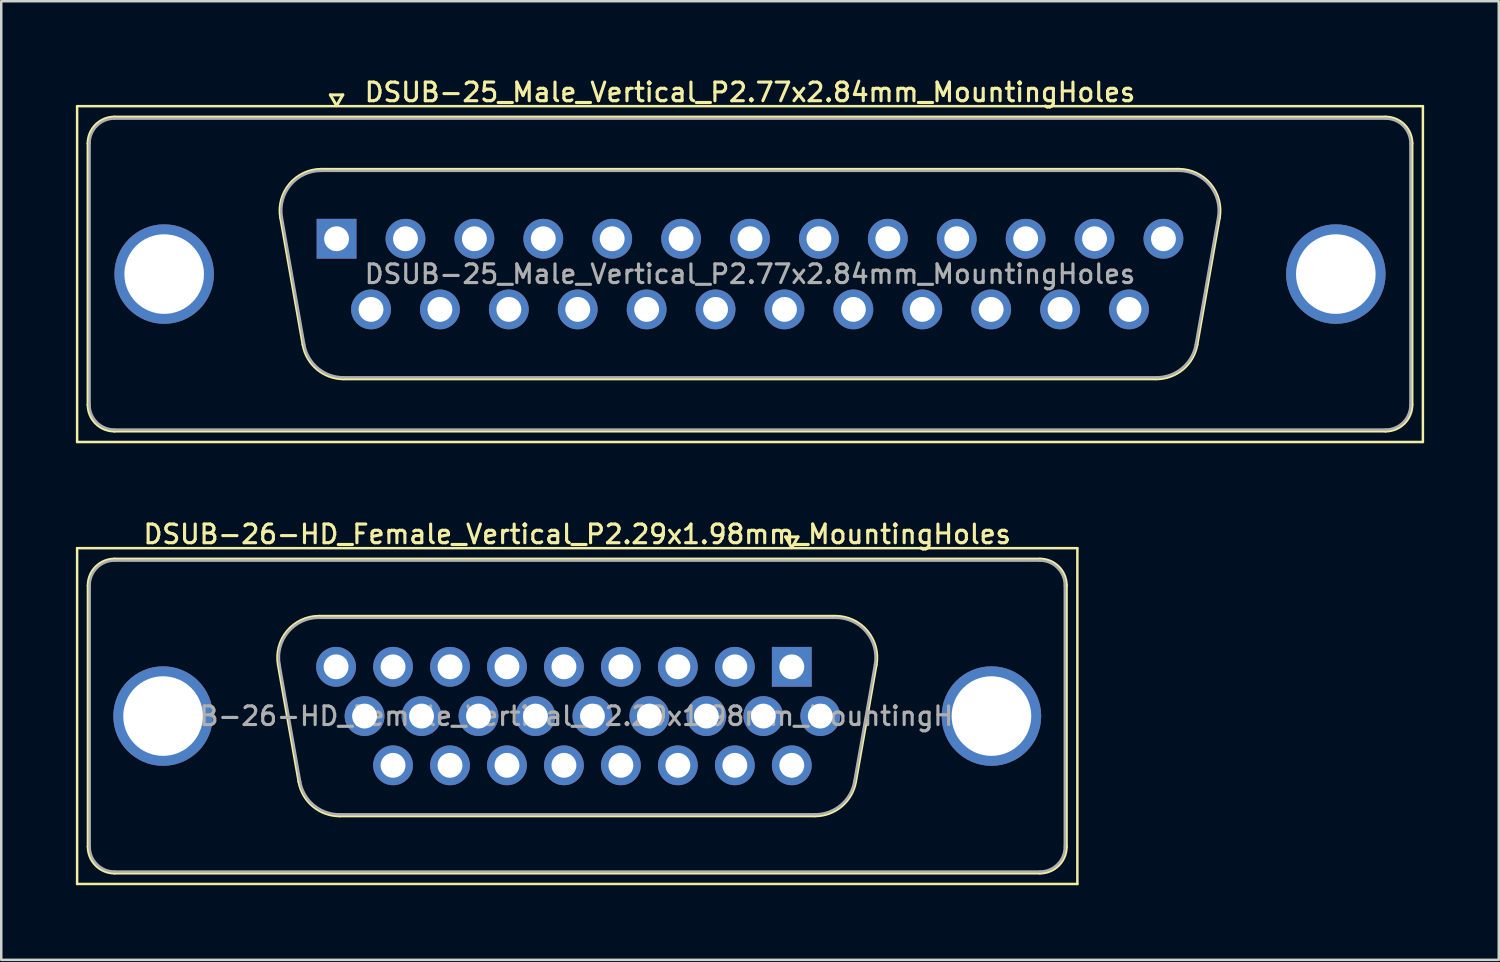
<source format=kicad_pcb>
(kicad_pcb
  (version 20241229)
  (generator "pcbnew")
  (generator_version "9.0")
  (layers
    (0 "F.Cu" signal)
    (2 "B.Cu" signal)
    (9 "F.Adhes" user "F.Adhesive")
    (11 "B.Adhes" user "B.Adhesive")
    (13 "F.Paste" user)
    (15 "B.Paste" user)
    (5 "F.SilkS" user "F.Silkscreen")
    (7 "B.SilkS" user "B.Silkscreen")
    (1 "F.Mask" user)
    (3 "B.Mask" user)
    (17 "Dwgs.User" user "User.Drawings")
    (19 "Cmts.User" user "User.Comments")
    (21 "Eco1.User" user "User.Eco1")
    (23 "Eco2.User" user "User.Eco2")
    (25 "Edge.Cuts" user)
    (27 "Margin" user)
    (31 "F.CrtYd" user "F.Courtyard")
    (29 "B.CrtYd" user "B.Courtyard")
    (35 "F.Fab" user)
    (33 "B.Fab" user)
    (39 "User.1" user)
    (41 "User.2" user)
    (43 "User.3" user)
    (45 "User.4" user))
  (footprint "DSUB-25_Male_Vertical_P2.77x2.84mm_MountingHoles"
    (layer "F.Cu")
    (at 10.48 6.548)
    (property "Reference" "DSUB-25_Male_Vertical_P2.77x2.84mm_MountingHoles" (at 16.62 -5.89 0) (layer "F.SilkS") (effects (font (size 0.75 0.75) (thickness 0.125))))
    (attr through_hole)
    (fp_line (start -10.43 -5.33) (end -10.43 8.17) (stroke (width 0.1) (type solid)) (layer "F.SilkS"))
    (fp_line (start -10.43 8.17) (end 43.67 8.17) (stroke (width 0.1) (type solid)) (layer "F.SilkS"))
    (fp_line (start -9.99 6.67) (end -9.99 -3.83) (stroke (width 0.12) (type solid)) (layer "F.SilkS"))
    (fp_line (start -8.93 -4.89) (end 42.17 -4.89) (stroke (width 0.12) (type solid)) (layer "F.SilkS"))
    (fp_line (start -2.246 -0.842) (end -1.347 4.258) (stroke (width 0.12) (type solid)) (layer "F.SilkS"))
    (fp_line (start -0.612 -2.79) (end 33.852 -2.79) (stroke (width 0.12) (type solid)) (layer "F.SilkS"))
    (fp_line (start -0.25 -5.784) (end 0.25 -5.784) (stroke (width 0.12) (type solid)) (layer "F.SilkS"))
    (fp_line (start 0 -5.351) (end -0.25 -5.784) (stroke (width 0.12) (type solid)) (layer "F.SilkS"))
    (fp_line (start 0.25 -5.784) (end 0 -5.351) (stroke (width 0.12) (type solid)) (layer "F.SilkS"))
    (fp_line (start 0.288 5.63) (end 32.952 5.63) (stroke (width 0.12) (type solid)) (layer "F.SilkS"))
    (fp_line (start 35.486 -0.842) (end 34.587 4.258) (stroke (width 0.12) (type solid)) (layer "F.SilkS"))
    (fp_line (start 42.17 7.73) (end -8.93 7.73) (stroke (width 0.12) (type solid)) (layer "F.SilkS"))
    (fp_line (start 43.23 -3.83) (end 43.23 6.67) (stroke (width 0.12) (type solid)) (layer "F.SilkS"))
    (fp_line (start 43.67 -5.33) (end -10.43 -5.33) (stroke (width 0.1) (type solid)) (layer "F.SilkS"))
    (fp_line (start 43.67 8.17) (end 43.67 -5.33) (stroke (width 0.1) (type solid)) (layer "F.SilkS"))
    (fp_arc (start -9.99 -3.83) (mid -9.679533 -4.579533) (end -8.93 -4.89) (stroke (width 0.12) (type solid)) (layer "F.SilkS"))
    (fp_arc (start -8.93 7.73) (mid -9.679533 7.419533) (end -9.99 6.67) (stroke (width 0.12) (type solid)) (layer "F.SilkS"))
    (fp_arc (start -2.24647 -0.841744) (mid -1.883323 -2.197027) (end -0.611689 -2.79) (stroke (width 0.12) (type solid)) (layer "F.SilkS"))
    (fp_arc (start 0.287579 5.63) (mid -0.779449 5.241634) (end -1.347202 4.258256) (stroke (width 0.12) (type solid)) (layer "F.SilkS"))
    (fp_arc (start 33.851689 -2.79) (mid 35.123323 -2.197027) (end 35.48647 -0.841744) (stroke (width 0.12) (type solid)) (layer "F.SilkS"))
    (fp_arc (start 34.587202 4.258256) (mid 34.019449 5.241634) (end 32.952421 5.63) (stroke (width 0.12) (type solid)) (layer "F.SilkS"))
    (fp_arc (start 42.17 -4.89) (mid 42.919533 -4.579533) (end 43.23 -3.83) (stroke (width 0.12) (type solid)) (layer "F.SilkS"))
    (fp_arc (start 43.23 6.67) (mid 42.919533 7.419533) (end 42.17 7.73) (stroke (width 0.12) (type solid)) (layer "F.SilkS"))
    (fp_line (start -9.93 6.67) (end -9.93 -3.83) (stroke (width 0.1) (type solid)) (layer "F.Fab"))
    (fp_line (start -8.93 -4.83) (end 42.17 -4.83) (stroke (width 0.1) (type solid)) (layer "F.Fab"))
    (fp_line (start -2.199 -0.852) (end -1.3 4.248) (stroke (width 0.1) (type solid)) (layer "F.Fab"))
    (fp_line (start -0.623 -2.73) (end 33.863 -2.73) (stroke (width 0.1) (type solid)) (layer "F.Fab"))
    (fp_line (start 0.276 5.57) (end 32.964 5.57) (stroke (width 0.1) (type solid)) (layer "F.Fab"))
    (fp_line (start 35.439 -0.852) (end 34.54 4.248) (stroke (width 0.1) (type solid)) (layer "F.Fab"))
    (fp_line (start 42.17 7.67) (end -8.93 7.67) (stroke (width 0.1) (type solid)) (layer "F.Fab"))
    (fp_line (start 43.17 -3.83) (end 43.17 6.67) (stroke (width 0.1) (type solid)) (layer "F.Fab"))
    (fp_arc (start -9.93 -3.83) (mid -9.637107 -4.537107) (end -8.93 -4.83) (stroke (width 0.1) (type solid)) (layer "F.Fab"))
    (fp_arc (start -8.93 7.67) (mid -9.637107 7.377107) (end -9.93 6.67) (stroke (width 0.1) (type solid)) (layer "F.Fab"))
    (fp_arc (start -2.198887 -0.852163) (mid -1.848865 -2.15846) (end -0.623194 -2.73) (stroke (width 0.1) (type solid)) (layer "F.Fab"))
    (fp_arc (start 0.276073 5.57) (mid -0.752387 5.195671) (end -1.299619 4.247837) (stroke (width 0.1) (type solid)) (layer "F.Fab"))
    (fp_arc (start 33.863194 -2.73) (mid 35.088865 -2.15846) (end 35.438887 -0.852163) (stroke (width 0.1) (type solid)) (layer "F.Fab"))
    (fp_arc (start 34.539619 4.247837) (mid 33.992387 5.195671) (end 32.963927 5.57) (stroke (width 0.1) (type solid)) (layer "F.Fab"))
    (fp_arc (start 42.17 -4.83) (mid 42.877107 -4.537107) (end 43.17 -3.83) (stroke (width 0.1) (type solid)) (layer "F.Fab"))
    (fp_arc (start 43.17 6.67) (mid 42.877107 7.377107) (end 42.17 7.67) (stroke (width 0.1) (type solid)) (layer "F.Fab"))
    (fp_text user "${REFERENCE}" (at 16.62 1.42 0) (layer "F.Fab") (effects (font (size 0.75 0.75) (thickness 0.125))))
    (pad "0" thru_hole circle (at -6.93 1.42) (size 4 4) (drill 3.2) (layers "*.Cu" "*.Mask"))
    (pad "0" thru_hole circle (at 40.17 1.42) (size 4 4) (drill 3.2) (layers "*.Cu" "*.Mask"))
    (pad "1" thru_hole rect (at 0 0) (size 1.6 1.6) (drill 1) (layers "*.Cu" "*.Mask"))
    (pad "2" thru_hole circle (at 2.77 0) (size 1.6 1.6) (drill 1) (layers "*.Cu" "*.Mask"))
    (pad "3" thru_hole circle (at 5.54 0) (size 1.6 1.6) (drill 1) (layers "*.Cu" "*.Mask"))
    (pad "4" thru_hole circle (at 8.31 0) (size 1.6 1.6) (drill 1) (layers "*.Cu" "*.Mask"))
    (pad "5" thru_hole circle (at 11.08 0) (size 1.6 1.6) (drill 1) (layers "*.Cu" "*.Mask"))
    (pad "6" thru_hole circle (at 13.85 0) (size 1.6 1.6) (drill 1) (layers "*.Cu" "*.Mask"))
    (pad "7" thru_hole circle (at 16.62 0) (size 1.6 1.6) (drill 1) (layers "*.Cu" "*.Mask"))
    (pad "8" thru_hole circle (at 19.39 0) (size 1.6 1.6) (drill 1) (layers "*.Cu" "*.Mask"))
    (pad "9" thru_hole circle (at 22.16 0) (size 1.6 1.6) (drill 1) (layers "*.Cu" "*.Mask"))
    (pad "10" thru_hole circle (at 24.93 0) (size 1.6 1.6) (drill 1) (layers "*.Cu" "*.Mask"))
    (pad "11" thru_hole circle (at 27.7 0) (size 1.6 1.6) (drill 1) (layers "*.Cu" "*.Mask"))
    (pad "12" thru_hole circle (at 30.47 0) (size 1.6 1.6) (drill 1) (layers "*.Cu" "*.Mask"))
    (pad "13" thru_hole circle (at 33.24 0) (size 1.6 1.6) (drill 1) (layers "*.Cu" "*.Mask"))
    (pad "14" thru_hole circle (at 1.385 2.84) (size 1.6 1.6) (drill 1) (layers "*.Cu" "*.Mask"))
    (pad "15" thru_hole circle (at 4.155 2.84) (size 1.6 1.6) (drill 1) (layers "*.Cu" "*.Mask"))
    (pad "16" thru_hole circle (at 6.925 2.84) (size 1.6 1.6) (drill 1) (layers "*.Cu" "*.Mask"))
    (pad "17" thru_hole circle (at 9.695 2.84) (size 1.6 1.6) (drill 1) (layers "*.Cu" "*.Mask"))
    (pad "18" thru_hole circle (at 12.465 2.84) (size 1.6 1.6) (drill 1) (layers "*.Cu" "*.Mask"))
    (pad "19" thru_hole circle (at 15.235 2.84) (size 1.6 1.6) (drill 1) (layers "*.Cu" "*.Mask"))
    (pad "20" thru_hole circle (at 18.005 2.84) (size 1.6 1.6) (drill 1) (layers "*.Cu" "*.Mask"))
    (pad "21" thru_hole circle (at 20.775 2.84) (size 1.6 1.6) (drill 1) (layers "*.Cu" "*.Mask"))
    (pad "22" thru_hole circle (at 23.545 2.84) (size 1.6 1.6) (drill 1) (layers "*.Cu" "*.Mask"))
    (pad "23" thru_hole circle (at 26.315 2.84) (size 1.6 1.6) (drill 1) (layers "*.Cu" "*.Mask"))
    (pad "24" thru_hole circle (at 29.085 2.84) (size 1.6 1.6) (drill 1) (layers "*.Cu" "*.Mask"))
    (pad "25" thru_hole circle (at 31.855 2.84) (size 1.6 1.6) (drill 1) (layers "*.Cu" "*.Mask")))
  (footprint "DSUB-26-HD_Female_Vertical_P2.29x1.98mm_MountingHoles"
    (layer "F.Cu")
    (at 28.78 23.756)
    (property "Reference" "DSUB-26-HD_Female_Vertical_P2.29x1.98mm_MountingHoles" (at -8.625 -5.33 0) (layer "F.SilkS") (effects (font (size 0.75 0.75) (thickness 0.125))))
    (attr through_hole)
    (fp_line (start -28.73 -4.77) (end -28.73 8.73) (stroke (width 0.1) (type solid)) (layer "F.SilkS"))
    (fp_line (start -28.73 8.73) (end 11.48 8.73) (stroke (width 0.1) (type solid)) (layer "F.SilkS"))
    (fp_line (start -28.285 7.23) (end -28.285 -3.27) (stroke (width 0.12) (type solid)) (layer "F.SilkS"))
    (fp_line (start -27.225 -4.33) (end 9.975 -4.33) (stroke (width 0.12) (type solid)) (layer "F.SilkS"))
    (fp_line (start -20.641 -0.082) (end -19.813 4.618) (stroke (width 0.12) (type solid)) (layer "F.SilkS"))
    (fp_line (start -19.007 -2.03) (end 1.757 -2.03) (stroke (width 0.12) (type solid)) (layer "F.SilkS"))
    (fp_line (start -18.178 5.99) (end 0.928 5.99) (stroke (width 0.12) (type solid)) (layer "F.SilkS"))
    (fp_line (start -0.25 -5.224) (end 0.25 -5.224) (stroke (width 0.12) (type solid)) (layer "F.SilkS"))
    (fp_line (start 0 -4.791) (end -0.25 -5.224) (stroke (width 0.12) (type solid)) (layer "F.SilkS"))
    (fp_line (start 0.25 -5.224) (end 0 -4.791) (stroke (width 0.12) (type solid)) (layer "F.SilkS"))
    (fp_line (start 3.391 -0.082) (end 2.563 4.618) (stroke (width 0.12) (type solid)) (layer "F.SilkS"))
    (fp_line (start 9.975 8.29) (end -27.225 8.29) (stroke (width 0.12) (type solid)) (layer "F.SilkS"))
    (fp_line (start 11.035 -3.27) (end 11.035 7.23) (stroke (width 0.12) (type solid)) (layer "F.SilkS"))
    (fp_line (start 11.48 -4.77) (end -28.73 -4.77) (stroke (width 0.1) (type solid)) (layer "F.SilkS"))
    (fp_line (start 11.48 8.73) (end 11.48 -4.77) (stroke (width 0.1) (type solid)) (layer "F.SilkS"))
    (fp_arc (start -28.285 -3.27) (mid -27.974533 -4.019533) (end -27.225 -4.33) (stroke (width 0.12) (type solid)) (layer "F.SilkS"))
    (fp_arc (start -27.225 8.29) (mid -27.974533 7.979533) (end -28.285 7.23) (stroke (width 0.12) (type solid)) (layer "F.SilkS"))
    (fp_arc (start -20.64147 -0.081744) (mid -20.278323 -1.437027) (end -19.006689 -2.03) (stroke (width 0.12) (type solid)) (layer "F.SilkS"))
    (fp_arc (start -18.177952 5.99) (mid -19.24498 5.601634) (end -19.812733 4.618256) (stroke (width 0.12) (type solid)) (layer "F.SilkS"))
    (fp_arc (start 1.756689 -2.03) (mid 3.028323 -1.437027) (end 3.39147 -0.081744) (stroke (width 0.12) (type solid)) (layer "F.SilkS"))
    (fp_arc (start 2.562733 4.618256) (mid 1.99498 5.601634) (end 0.927952 5.99) (stroke (width 0.12) (type solid)) (layer "F.SilkS"))
    (fp_arc (start 9.975 -4.33) (mid 10.724533 -4.019533) (end 11.035 -3.27) (stroke (width 0.12) (type solid)) (layer "F.SilkS"))
    (fp_arc (start 11.035 7.23) (mid 10.724533 7.979533) (end 9.975 8.29) (stroke (width 0.12) (type solid)) (layer "F.SilkS"))
    (fp_line (start -28.225 7.23) (end -28.225 -3.27) (stroke (width 0.1) (type solid)) (layer "F.Fab"))
    (fp_line (start -27.225 -4.27) (end 9.975 -4.27) (stroke (width 0.1) (type solid)) (layer "F.Fab"))
    (fp_line (start -20.594 -0.092) (end -19.765 4.608) (stroke (width 0.1) (type solid)) (layer "F.Fab"))
    (fp_line (start -19.018 -1.97) (end 1.768 -1.97) (stroke (width 0.1) (type solid)) (layer "F.Fab"))
    (fp_line (start -18.189 5.93) (end 0.939 5.93) (stroke (width 0.1) (type solid)) (layer "F.Fab"))
    (fp_line (start 3.344 -0.092) (end 2.515 4.608) (stroke (width 0.1) (type solid)) (layer "F.Fab"))
    (fp_line (start 9.975 8.23) (end -27.225 8.23) (stroke (width 0.1) (type solid)) (layer "F.Fab"))
    (fp_line (start 10.975 -3.27) (end 10.975 7.23) (stroke (width 0.1) (type solid)) (layer "F.Fab"))
    (fp_arc (start -28.225 -3.27) (mid -27.932107 -3.977107) (end -27.225 -4.27) (stroke (width 0.1) (type solid)) (layer "F.Fab"))
    (fp_arc (start -27.225 8.23) (mid -27.932107 7.937107) (end -28.225 7.23) (stroke (width 0.1) (type solid)) (layer "F.Fab"))
    (fp_arc (start -20.593887 -0.092163) (mid -20.243865 -1.39846) (end -19.018194 -1.97) (stroke (width 0.1) (type solid)) (layer "F.Fab"))
    (fp_arc (start -18.189457 5.93) (mid -19.217918 5.555671) (end -19.76515 4.607837) (stroke (width 0.1) (type solid)) (layer "F.Fab"))
    (fp_arc (start 1.768194 -1.97) (mid 2.993865 -1.39846) (end 3.343887 -0.092163) (stroke (width 0.1) (type solid)) (layer "F.Fab"))
    (fp_arc (start 2.51515 4.607837) (mid 1.967918 5.555671) (end 0.939457 5.93) (stroke (width 0.1) (type solid)) (layer "F.Fab"))
    (fp_arc (start 9.975 -4.27) (mid 10.682107 -3.977107) (end 10.975 -3.27) (stroke (width 0.1) (type solid)) (layer "F.Fab"))
    (fp_arc (start 10.975 7.23) (mid 10.682107 7.937107) (end 9.975 8.23) (stroke (width 0.1) (type solid)) (layer "F.Fab"))
    (fp_text user "${REFERENCE}" (at -8.625 1.98 0) (layer "F.Fab") (effects (font (size 0.75 0.75) (thickness 0.125))))
    (pad "0" thru_hole circle (at -25.275 1.98) (size 4 4) (drill 3.2) (layers "*.Cu" "*.Mask"))
    (pad "0" thru_hole circle (at 8.025 1.98) (size 4 4) (drill 3.2) (layers "*.Cu" "*.Mask"))
    (pad "1" thru_hole rect (at 0 0) (size 1.6 1.6) (drill 1) (layers "*.Cu" "*.Mask"))
    (pad "2" thru_hole circle (at -2.29 0) (size 1.6 1.6) (drill 1) (layers "*.Cu" "*.Mask"))
    (pad "3" thru_hole circle (at -4.58 0) (size 1.6 1.6) (drill 1) (layers "*.Cu" "*.Mask"))
    (pad "4" thru_hole circle (at -6.87 0) (size 1.6 1.6) (drill 1) (layers "*.Cu" "*.Mask"))
    (pad "5" thru_hole circle (at -9.16 0) (size 1.6 1.6) (drill 1) (layers "*.Cu" "*.Mask"))
    (pad "6" thru_hole circle (at -11.45 0) (size 1.6 1.6) (drill 1) (layers "*.Cu" "*.Mask"))
    (pad "7" thru_hole circle (at -13.74 0) (size 1.6 1.6) (drill 1) (layers "*.Cu" "*.Mask"))
    (pad "8" thru_hole circle (at -16.03 0) (size 1.6 1.6) (drill 1) (layers "*.Cu" "*.Mask"))
    (pad "9" thru_hole circle (at -18.32 0) (size 1.6 1.6) (drill 1) (layers "*.Cu" "*.Mask"))
    (pad "10" thru_hole circle (at 1.145 1.98) (size 1.6 1.6) (drill 1) (layers "*.Cu" "*.Mask"))
    (pad "11" thru_hole circle (at -1.145 1.98) (size 1.6 1.6) (drill 1) (layers "*.Cu" "*.Mask"))
    (pad "12" thru_hole circle (at -3.435 1.98) (size 1.6 1.6) (drill 1) (layers "*.Cu" "*.Mask"))
    (pad "13" thru_hole circle (at -5.725 1.98) (size 1.6 1.6) (drill 1) (layers "*.Cu" "*.Mask"))
    (pad "14" thru_hole circle (at -8.015 1.98) (size 1.6 1.6) (drill 1) (layers "*.Cu" "*.Mask"))
    (pad "15" thru_hole circle (at -10.305 1.98) (size 1.6 1.6) (drill 1) (layers "*.Cu" "*.Mask"))
    (pad "16" thru_hole circle (at -12.595 1.98) (size 1.6 1.6) (drill 1) (layers "*.Cu" "*.Mask"))
    (pad "17" thru_hole circle (at -14.885 1.98) (size 1.6 1.6) (drill 1) (layers "*.Cu" "*.Mask"))
    (pad "18" thru_hole circle (at -17.175 1.98) (size 1.6 1.6) (drill 1) (layers "*.Cu" "*.Mask"))
    (pad "19" thru_hole circle (at 0 3.96) (size 1.6 1.6) (drill 1) (layers "*.Cu" "*.Mask"))
    (pad "20" thru_hole circle (at -2.29 3.96) (size 1.6 1.6) (drill 1) (layers "*.Cu" "*.Mask"))
    (pad "21" thru_hole circle (at -4.58 3.96) (size 1.6 1.6) (drill 1) (layers "*.Cu" "*.Mask"))
    (pad "22" thru_hole circle (at -6.87 3.96) (size 1.6 1.6) (drill 1) (layers "*.Cu" "*.Mask"))
    (pad "23" thru_hole circle (at -9.16 3.96) (size 1.6 1.6) (drill 1) (layers "*.Cu" "*.Mask"))
    (pad "24" thru_hole circle (at -11.45 3.96) (size 1.6 1.6) (drill 1) (layers "*.Cu" "*.Mask"))
    (pad "25" thru_hole circle (at -13.74 3.96) (size 1.6 1.6) (drill 1) (layers "*.Cu" "*.Mask"))
    (pad "26" thru_hole circle (at -16.03 3.96) (size 1.6 1.6) (drill 1) (layers "*.Cu" "*.Mask")))
  (gr_rect
    (start -3 -3)
    (end 57.2 35.536)
    (stroke (width 0.1) (type default))
    (fill no)
    (layer "Edge.Cuts")))
</source>
